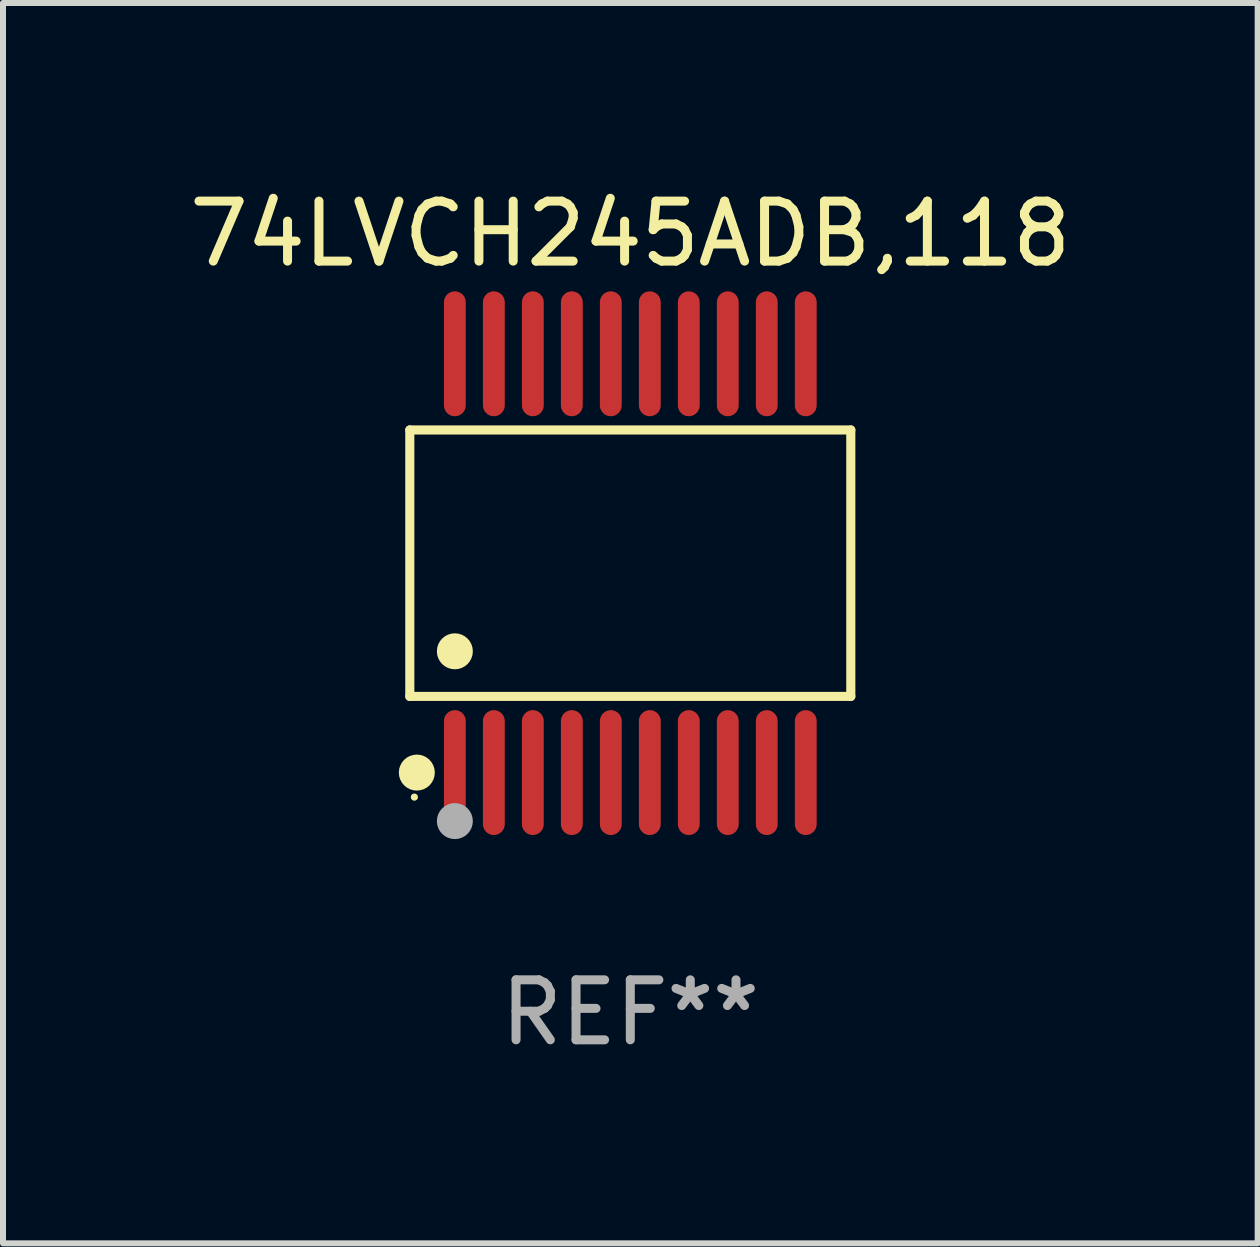
<source format=kicad_pcb>
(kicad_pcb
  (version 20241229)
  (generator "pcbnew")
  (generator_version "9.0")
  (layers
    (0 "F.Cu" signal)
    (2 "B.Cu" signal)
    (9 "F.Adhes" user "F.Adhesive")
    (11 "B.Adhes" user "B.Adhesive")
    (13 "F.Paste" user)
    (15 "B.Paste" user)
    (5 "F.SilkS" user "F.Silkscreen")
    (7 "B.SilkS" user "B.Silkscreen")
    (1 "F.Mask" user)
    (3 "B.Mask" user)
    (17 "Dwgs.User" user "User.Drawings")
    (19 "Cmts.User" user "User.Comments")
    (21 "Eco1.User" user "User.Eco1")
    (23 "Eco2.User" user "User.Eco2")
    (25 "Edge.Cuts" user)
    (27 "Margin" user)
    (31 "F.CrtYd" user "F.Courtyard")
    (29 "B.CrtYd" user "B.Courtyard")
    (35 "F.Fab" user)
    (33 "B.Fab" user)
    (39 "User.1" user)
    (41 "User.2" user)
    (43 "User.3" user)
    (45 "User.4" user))
  (footprint "74LVCH245ADB,118"
    (layer "F.Cu")
    (at 7.458 6.339)
    (property "Reference" "74LVCH245ADB,118" (at 0 -5.491 0) (layer "F.SilkS") (effects (font (size 1 1) (thickness 0.15))))
    (attr through_hole)
    (fp_line (start -3.676 -2.221) (end 3.676 -2.221) (stroke (width 0.152) (type solid)) (layer "F.SilkS"))
    (fp_line (start -3.676 2.221) (end -3.676 -2.221) (stroke (width 0.152) (type solid)) (layer "F.SilkS"))
    (fp_line (start 3.676 -2.221) (end 3.676 2.221) (stroke (width 0.152) (type solid)) (layer "F.SilkS"))
    (fp_line (start 3.676 2.221) (end -3.676 2.221) (stroke (width 0.152) (type solid)) (layer "F.SilkS"))
    (fp_circle (center -3.6 3.9) (end -3.57 3.9) (stroke (width 0.06) (type solid)) (fill no) (layer "F.SilkS"))
    (fp_circle (center -3.559 3.491) (end -3.409 3.491) (stroke (width 0.3) (type solid)) (fill no) (layer "F.SilkS"))
    (fp_circle (center -2.925 1.469) (end -2.775 1.469) (stroke (width 0.3) (type solid)) (fill no) (layer "F.SilkS"))
    (fp_circle (center -2.925 4.3) (end -2.775 4.3) (stroke (width 0.3) (type solid)) (fill no) (layer "F.Fab"))
    (fp_text user "REF**" (at 0 7.491 0) (layer "F.Fab") (effects (font (size 1 1) (thickness 0.15))))
    (pad "1" smd oval (at -2.925 3.491) (size 0.364 2.082) (layers "F.Cu" "F.Mask" "F.Paste"))
    (pad "2" smd oval (at -2.275 3.491) (size 0.364 2.082) (layers "F.Cu" "F.Mask" "F.Paste"))
    (pad "3" smd oval (at -1.625 3.491) (size 0.364 2.082) (layers "F.Cu" "F.Mask" "F.Paste"))
    (pad "4" smd oval (at -0.975 3.491) (size 0.364 2.082) (layers "F.Cu" "F.Mask" "F.Paste"))
    (pad "5" smd oval (at -0.325 3.491) (size 0.364 2.082) (layers "F.Cu" "F.Mask" "F.Paste"))
    (pad "6" smd oval (at 0.325 3.491) (size 0.364 2.082) (layers "F.Cu" "F.Mask" "F.Paste"))
    (pad "7" smd oval (at 0.975 3.491) (size 0.364 2.082) (layers "F.Cu" "F.Mask" "F.Paste"))
    (pad "8" smd oval (at 1.625 3.491) (size 0.364 2.082) (layers "F.Cu" "F.Mask" "F.Paste"))
    (pad "9" smd oval (at 2.275 3.491) (size 0.364 2.082) (layers "F.Cu" "F.Mask" "F.Paste"))
    (pad "10" smd oval (at 2.925 3.491) (size 0.364 2.082) (layers "F.Cu" "F.Mask" "F.Paste"))
    (pad "11" smd oval (at 2.925 -3.491) (size 0.364 2.082) (layers "F.Cu" "F.Mask" "F.Paste"))
    (pad "12" smd oval (at 2.275 -3.491) (size 0.364 2.082) (layers "F.Cu" "F.Mask" "F.Paste"))
    (pad "13" smd oval (at 1.625 -3.491) (size 0.364 2.082) (layers "F.Cu" "F.Mask" "F.Paste"))
    (pad "14" smd oval (at 0.975 -3.491) (size 0.364 2.082) (layers "F.Cu" "F.Mask" "F.Paste"))
    (pad "15" smd oval (at 0.325 -3.491) (size 0.364 2.082) (layers "F.Cu" "F.Mask" "F.Paste"))
    (pad "16" smd oval (at -0.325 -3.491) (size 0.364 2.082) (layers "F.Cu" "F.Mask" "F.Paste"))
    (pad "17" smd oval (at -0.975 -3.491) (size 0.364 2.082) (layers "F.Cu" "F.Mask" "F.Paste"))
    (pad "18" smd oval (at -1.625 -3.491) (size 0.364 2.082) (layers "F.Cu" "F.Mask" "F.Paste"))
    (pad "19" smd oval (at -2.275 -3.491) (size 0.364 2.082) (layers "F.Cu" "F.Mask" "F.Paste"))
    (pad "20" smd oval (at -2.925 -3.491) (size 0.364 2.082) (layers "F.Cu" "F.Mask" "F.Paste")))
  (gr_rect
    (start -3 -3)
    (end 17.917 17.678)
    (stroke (width 0.1) (type default))
    (fill no)
    (layer "Edge.Cuts")))
</source>
